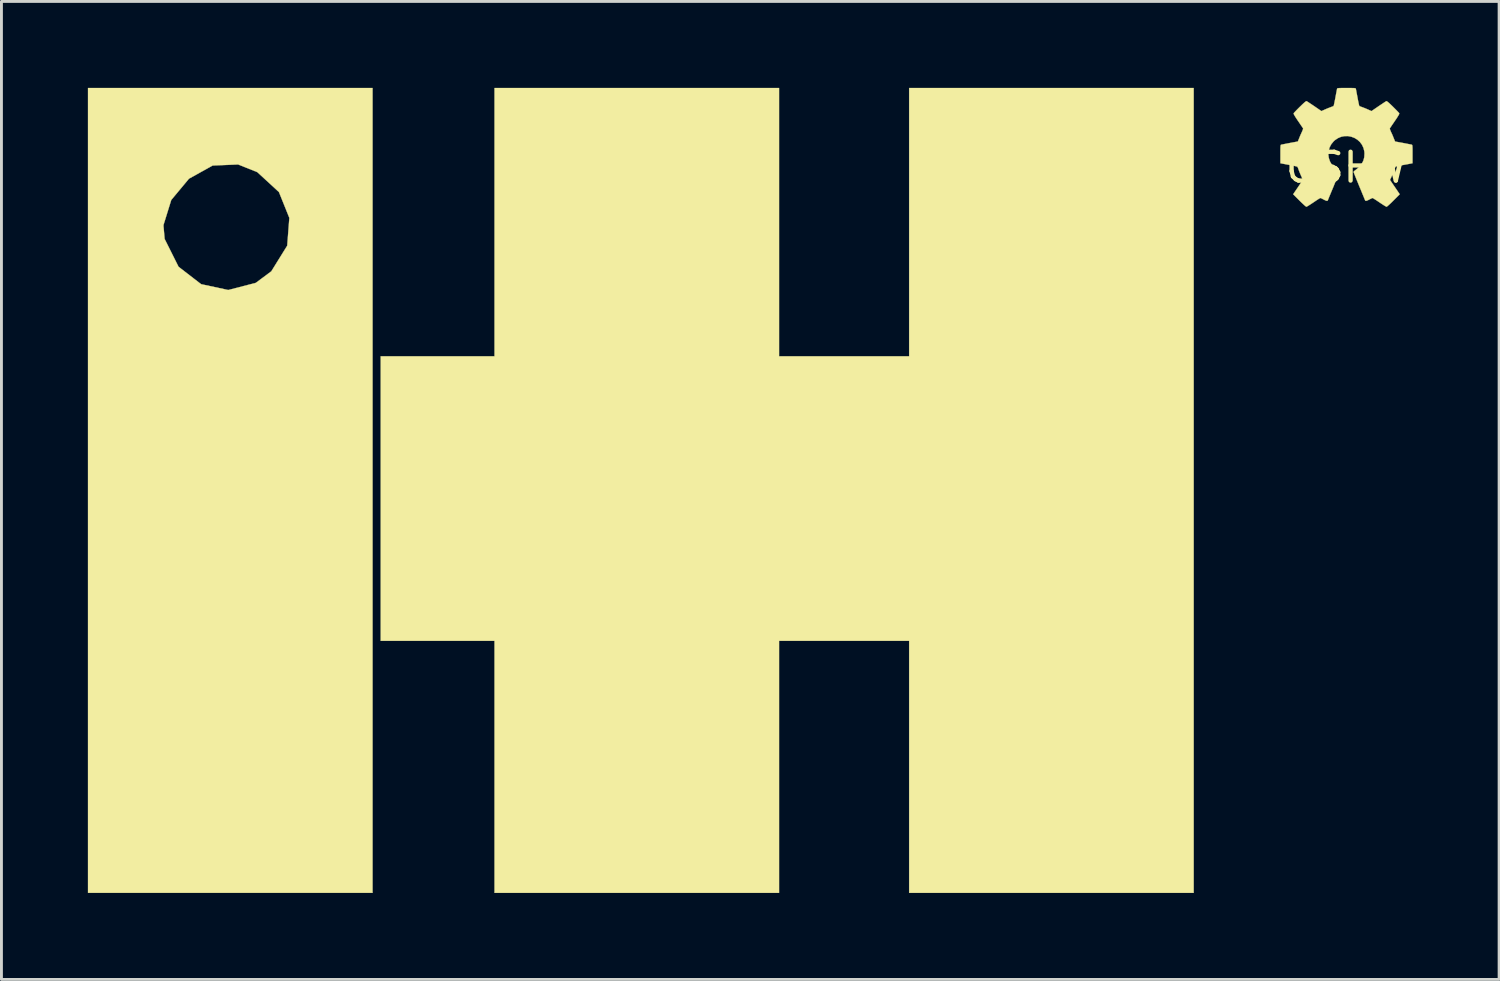
<source format=kicad_pcb>
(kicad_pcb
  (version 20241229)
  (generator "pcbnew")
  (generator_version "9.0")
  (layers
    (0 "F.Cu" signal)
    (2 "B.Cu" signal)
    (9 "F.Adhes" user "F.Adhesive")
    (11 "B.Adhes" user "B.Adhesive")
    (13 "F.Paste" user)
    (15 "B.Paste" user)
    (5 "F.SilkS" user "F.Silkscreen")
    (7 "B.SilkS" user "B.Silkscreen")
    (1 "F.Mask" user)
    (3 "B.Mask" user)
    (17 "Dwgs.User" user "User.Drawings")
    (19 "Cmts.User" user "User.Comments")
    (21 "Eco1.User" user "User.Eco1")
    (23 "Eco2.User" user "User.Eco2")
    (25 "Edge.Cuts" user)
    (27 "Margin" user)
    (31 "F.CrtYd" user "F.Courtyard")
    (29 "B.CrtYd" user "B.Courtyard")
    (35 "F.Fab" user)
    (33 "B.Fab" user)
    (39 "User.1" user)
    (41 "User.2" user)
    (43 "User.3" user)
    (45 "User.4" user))
  (footprint "ih-logo"
    (layer "F.Cu")
    (at 19.196 13.834)
    (property "Reference" "ih-logo" (at 0 0 0) (layer "F.SilkS") (effects (font (size 1.524 1.524) (thickness 0.3))))
    (attr through_hole)
    (fp_poly (pts (xy 4.798 -4.516) (xy 9.313 -4.516) (xy 9.313 -13.829) (xy 19.191 -13.829) (xy 19.191 14.111) (xy 9.313 14.111) (xy 9.313 5.362) (xy 4.798 5.362) (xy 4.798 14.111) (xy -5.08 14.111) (xy -5.08 5.362) (xy -9.031 5.362) (xy -9.031 -4.516) (xy -5.08 -4.516) (xy -5.08 -13.829) (xy 4.798 -13.829) (xy 4.798 -4.516)) (stroke (width 0.01) (type solid)) (fill yes) (layer "F.SilkS"))
    (fp_poly (pts (xy -9.313 14.111) (xy -19.191 14.111) (xy -19.191 -9.066) (xy -16.573 -9.066) (xy -16.531 -8.589) (xy -16.048 -7.624) (xy -15.264 -7.019) (xy -14.323 -6.817) (xy -13.368 -7.064) (xy -12.828 -7.466) (xy -12.276 -8.356) (xy -12.202 -9.32) (xy -12.563 -10.217) (xy -13.314 -10.908) (xy -13.98 -11.175) (xy -14.866 -11.138) (xy -15.686 -10.681) (xy -16.301 -9.943) (xy -16.573 -9.066) (xy -19.191 -9.066) (xy -19.191 -13.829) (xy -9.313 -13.829) (xy -9.313 14.111)) (stroke (width 0.01) (type solid)) (fill yes) (layer "F.SilkS")))
  (footprint "OSHW"
    (layer "F.Cu")
    (at 43.69 2.763)
    (property "Reference" "OSHW" (at 0 0 0) (layer "F.SilkS") (effects (font (size 1 1) (thickness 0.15))))
    (attr exclude_from_pos_files exclude_from_bom)
    (fp_poly (pts (xy 0.104 -2.758) (xy 0.182 -2.757) (xy 0.239 -2.756) (xy 0.278 -2.754) (xy 0.303 -2.75) (xy 0.316 -2.744) (xy 0.323 -2.737) (xy 0.326 -2.726) (xy 0.327 -2.725) (xy 0.332 -2.701) (xy 0.341 -2.653) (xy 0.353 -2.587) (xy 0.368 -2.508) (xy 0.385 -2.42) (xy 0.385 -2.417) (xy 0.401 -2.331) (xy 0.417 -2.255) (xy 0.43 -2.194) (xy 0.44 -2.152) (xy 0.446 -2.133) (xy 0.447 -2.133) (xy 0.465 -2.124) (xy 0.502 -2.109) (xy 0.551 -2.091) (xy 0.552 -2.091) (xy 0.613 -2.068) (xy 0.686 -2.038) (xy 0.754 -2.008) (xy 0.757 -2.007) (xy 0.869 -1.956) (xy 1.115 -2.125) (xy 1.191 -2.176) (xy 1.26 -2.222) (xy 1.317 -2.26) (xy 1.359 -2.287) (xy 1.383 -2.301) (xy 1.385 -2.302) (xy 1.402 -2.298) (xy 1.434 -2.275) (xy 1.481 -2.235) (xy 1.546 -2.174) (xy 1.612 -2.11) (xy 1.676 -2.046) (xy 1.733 -1.989) (xy 1.78 -1.94) (xy 1.814 -1.904) (xy 1.83 -1.884) (xy 1.831 -1.883) (xy 1.833 -1.869) (xy 1.826 -1.847) (xy 1.809 -1.814) (xy 1.779 -1.765) (xy 1.737 -1.699) (xy 1.679 -1.614) (xy 1.629 -1.54) (xy 1.583 -1.473) (xy 1.546 -1.417) (xy 1.519 -1.378) (xy 1.506 -1.357) (xy 1.505 -1.356) (xy 1.507 -1.336) (xy 1.519 -1.298) (xy 1.54 -1.248) (xy 1.547 -1.232) (xy 1.58 -1.162) (xy 1.614 -1.082) (xy 1.642 -1.012) (xy 1.663 -0.961) (xy 1.679 -0.922) (xy 1.688 -0.901) (xy 1.689 -0.9) (xy 1.706 -0.897) (xy 1.746 -0.89) (xy 1.804 -0.879) (xy 1.875 -0.866) (xy 1.952 -0.852) (xy 2.032 -0.837) (xy 2.107 -0.822) (xy 2.174 -0.809) (xy 2.227 -0.799) (xy 2.26 -0.792) (xy 2.268 -0.79) (xy 2.276 -0.785) (xy 2.283 -0.774) (xy 2.287 -0.754) (xy 2.29 -0.72) (xy 2.292 -0.67) (xy 2.293 -0.599) (xy 2.293 -0.504) (xy 2.293 -0.465) (xy 2.293 -0.147) (xy 2.217 -0.132) (xy 2.175 -0.124) (xy 2.111 -0.112) (xy 2.035 -0.098) (xy 1.953 -0.083) (xy 1.93 -0.079) (xy 1.855 -0.064) (xy 1.789 -0.049) (xy 1.738 -0.037) (xy 1.709 -0.027) (xy 1.704 -0.024) (xy 1.691 -0.003) (xy 1.674 0.038) (xy 1.655 0.09) (xy 1.651 0.102) (xy 1.625 0.172) (xy 1.594 0.25) (xy 1.563 0.321) (xy 1.563 0.322) (xy 1.511 0.433) (xy 1.68 0.681) (xy 1.849 0.93) (xy 1.632 1.147) (xy 1.567 1.212) (xy 1.507 1.269) (xy 1.456 1.315) (xy 1.418 1.348) (xy 1.396 1.363) (xy 1.392 1.364) (xy 1.374 1.356) (xy 1.335 1.335) (xy 1.281 1.301) (xy 1.216 1.259) (xy 1.146 1.212) (xy 1.075 1.164) (xy 1.011 1.122) (xy 0.959 1.089) (xy 0.923 1.067) (xy 0.907 1.06) (xy 0.887 1.066) (xy 0.85 1.083) (xy 0.803 1.107) (xy 0.798 1.11) (xy 0.734 1.142) (xy 0.69 1.158) (xy 0.663 1.158) (xy 0.649 1.143) (xy 0.649 1.143) (xy 0.642 1.126) (xy 0.625 1.085) (xy 0.6 1.024) (xy 0.567 0.945) (xy 0.529 0.852) (xy 0.486 0.748) (xy 0.444 0.648) (xy 0.399 0.537) (xy 0.357 0.434) (xy 0.32 0.342) (xy 0.289 0.265) (xy 0.266 0.206) (xy 0.251 0.167) (xy 0.247 0.153) (xy 0.258 0.136) (xy 0.287 0.11) (xy 0.326 0.081) (xy 0.437 -0.011) (xy 0.523 -0.116) (xy 0.585 -0.233) (xy 0.62 -0.358) (xy 0.628 -0.49) (xy 0.622 -0.552) (xy 0.591 -0.678) (xy 0.538 -0.79) (xy 0.466 -0.886) (xy 0.378 -0.965) (xy 0.278 -1.026) (xy 0.168 -1.067) (xy 0.053 -1.089) (xy -0.065 -1.088) (xy -0.181 -1.066) (xy -0.294 -1.019) (xy -0.4 -0.948) (xy -0.444 -0.908) (xy -0.528 -0.805) (xy -0.587 -0.692) (xy -0.62 -0.573) (xy -0.629 -0.451) (xy -0.613 -0.329) (xy -0.573 -0.211) (xy -0.51 -0.1) (xy -0.423 0.002) (xy -0.326 0.081) (xy -0.286 0.111) (xy -0.257 0.137) (xy -0.247 0.153) (xy -0.252 0.17) (xy -0.267 0.21) (xy -0.291 0.272) (xy -0.323 0.35) (xy -0.36 0.443) (xy -0.403 0.546) (xy -0.444 0.648) (xy -0.49 0.759) (xy -0.533 0.862) (xy -0.571 0.953) (xy -0.603 1.03) (xy -0.627 1.09) (xy -0.643 1.129) (xy -0.649 1.143) (xy -0.663 1.158) (xy -0.69 1.158) (xy -0.734 1.142) (xy -0.797 1.11) (xy -0.798 1.11) (xy -0.845 1.085) (xy -0.884 1.067) (xy -0.906 1.06) (xy -0.907 1.06) (xy -0.923 1.067) (xy -0.96 1.089) (xy -1.012 1.122) (xy -1.075 1.164) (xy -1.146 1.212) (xy -1.218 1.26) (xy -1.283 1.302) (xy -1.336 1.335) (xy -1.374 1.357) (xy -1.392 1.364) (xy -1.409 1.354) (xy -1.443 1.327) (xy -1.49 1.284) (xy -1.547 1.231) (xy -1.612 1.168) (xy -1.633 1.147) (xy -1.85 0.93) (xy -1.684 0.687) (xy -1.634 0.613) (xy -1.59 0.546) (xy -1.555 0.491) (xy -1.53 0.451) (xy -1.519 0.43) (xy -1.519 0.429) (xy -1.525 0.409) (xy -1.54 0.37) (xy -1.562 0.317) (xy -1.578 0.282) (xy -1.607 0.215) (xy -1.635 0.147) (xy -1.656 0.09) (xy -1.662 0.073) (xy -1.679 0.026) (xy -1.695 -0.01) (xy -1.704 -0.024) (xy -1.723 -0.032) (xy -1.766 -0.044) (xy -1.826 -0.058) (xy -1.898 -0.073) (xy -1.93 -0.079) (xy -2.012 -0.094) (xy -2.091 -0.108) (xy -2.159 -0.121) (xy -2.208 -0.13) (xy -2.217 -0.132) (xy -2.293 -0.147) (xy -2.293 -0.465) (xy -2.293 -0.569) (xy -2.292 -0.648) (xy -2.291 -0.705) (xy -2.288 -0.744) (xy -2.284 -0.769) (xy -2.279 -0.782) (xy -2.271 -0.789) (xy -2.268 -0.79) (xy -2.249 -0.794) (xy -2.207 -0.802) (xy -2.148 -0.814) (xy -2.077 -0.828) (xy -1.999 -0.843) (xy -1.92 -0.858) (xy -1.845 -0.872) (xy -1.779 -0.884) (xy -1.727 -0.894) (xy -1.696 -0.899) (xy -1.689 -0.9) (xy -1.683 -0.912) (xy -1.669 -0.946) (xy -1.65 -0.994) (xy -1.642 -1.012) (xy -1.613 -1.085) (xy -1.578 -1.165) (xy -1.547 -1.232) (xy -1.525 -1.284) (xy -1.51 -1.326) (xy -1.504 -1.352) (xy -1.505 -1.356) (xy -1.516 -1.372) (xy -1.54 -1.409) (xy -1.576 -1.461) (xy -1.62 -1.526) (xy -1.67 -1.6) (xy -1.68 -1.614) (xy -1.738 -1.7) (xy -1.78 -1.766) (xy -1.809 -1.814) (xy -1.826 -1.847) (xy -1.833 -1.869) (xy -1.831 -1.883) (xy -1.831 -1.883) (xy -1.816 -1.901) (xy -1.785 -1.935) (xy -1.739 -1.983) (xy -1.683 -2.04) (xy -1.62 -2.103) (xy -1.612 -2.11) (xy -1.533 -2.187) (xy -1.471 -2.244) (xy -1.427 -2.281) (xy -1.398 -2.3) (xy -1.385 -2.302) (xy -1.367 -2.292) (xy -1.328 -2.267) (xy -1.274 -2.231) (xy -1.207 -2.187) (xy -1.133 -2.137) (xy -1.115 -2.125) (xy -0.869 -1.956) (xy -0.757 -2.007) (xy -0.69 -2.036) (xy -0.617 -2.066) (xy -0.554 -2.09) (xy -0.552 -2.091) (xy -0.503 -2.109) (xy -0.465 -2.124) (xy -0.447 -2.133) (xy -0.447 -2.133) (xy -0.441 -2.149) (xy -0.431 -2.19) (xy -0.418 -2.25) (xy -0.403 -2.325) (xy -0.386 -2.41) (xy -0.385 -2.417) (xy -0.369 -2.505) (xy -0.354 -2.585) (xy -0.341 -2.651) (xy -0.332 -2.7) (xy -0.327 -2.725) (xy -0.327 -2.725) (xy -0.323 -2.736) (xy -0.317 -2.744) (xy -0.305 -2.75) (xy -0.281 -2.753) (xy -0.244 -2.756) (xy -0.19 -2.757) (xy -0.114 -2.758) (xy -0.013 -2.758) (xy 0 -2.758) (xy 0.104 -2.758)) (stroke (width 0.01) (type solid)) (fill yes) (layer "F.SilkS")))
  (gr_rect
    (start -3 -3)
    (end 48.989 30.95)
    (stroke (width 0.1) (type default))
    (fill no)
    (layer "Edge.Cuts")))
</source>
